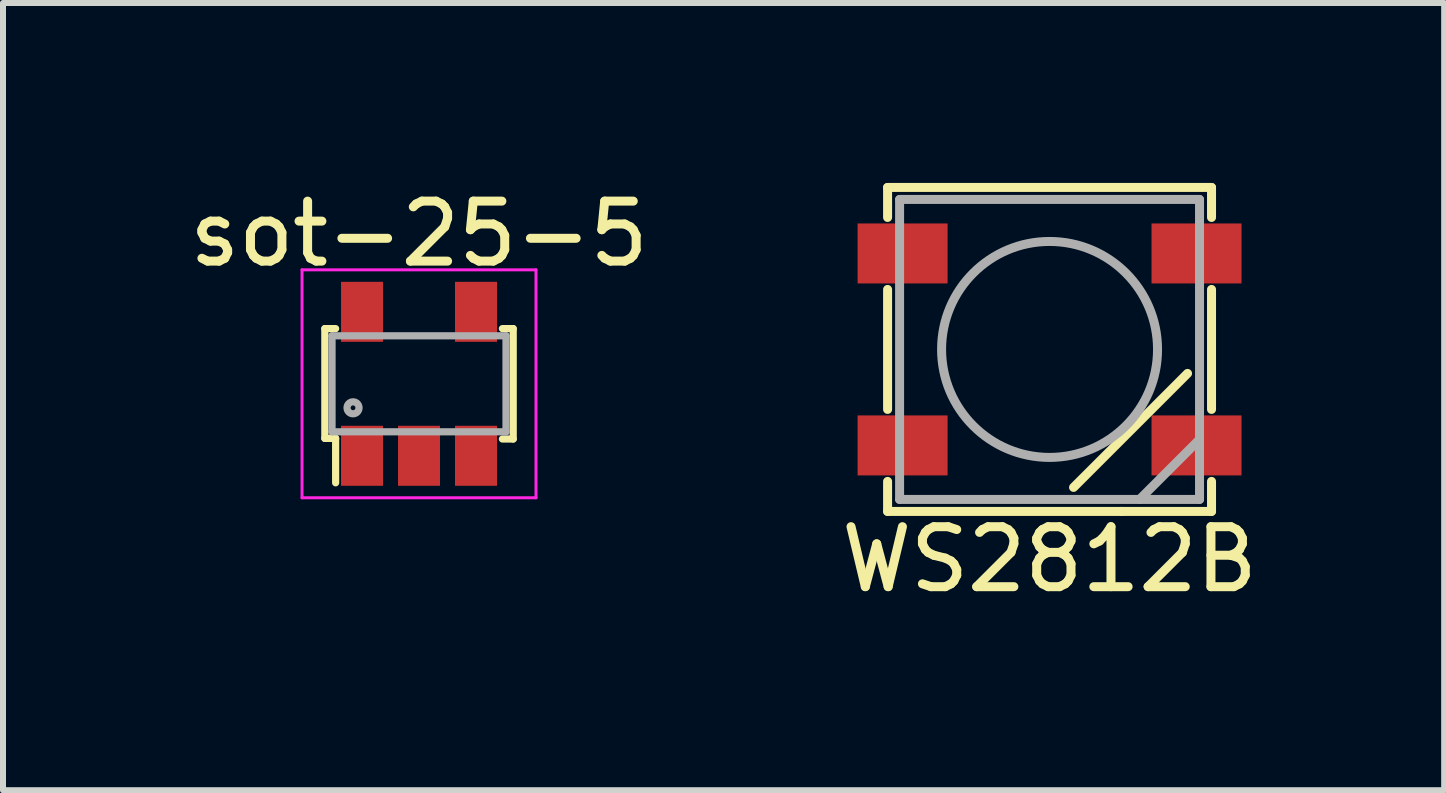
<source format=kicad_pcb>
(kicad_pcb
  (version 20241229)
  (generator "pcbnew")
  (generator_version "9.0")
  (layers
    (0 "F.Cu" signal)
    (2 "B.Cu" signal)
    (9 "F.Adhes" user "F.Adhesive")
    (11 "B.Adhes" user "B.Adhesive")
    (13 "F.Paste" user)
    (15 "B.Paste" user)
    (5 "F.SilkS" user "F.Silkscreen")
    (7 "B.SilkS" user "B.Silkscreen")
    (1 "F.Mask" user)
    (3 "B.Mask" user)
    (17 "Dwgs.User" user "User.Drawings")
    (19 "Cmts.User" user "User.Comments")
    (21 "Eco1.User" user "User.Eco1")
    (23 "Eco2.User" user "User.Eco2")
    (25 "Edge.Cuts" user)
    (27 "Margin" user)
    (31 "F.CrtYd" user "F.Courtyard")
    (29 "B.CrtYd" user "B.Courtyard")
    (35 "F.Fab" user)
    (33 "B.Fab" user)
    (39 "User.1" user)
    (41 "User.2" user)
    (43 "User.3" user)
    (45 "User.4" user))
  (footprint "sot-25-5"
    (layer "F.Cu")
    (at 3.935 3.348)
    (property "Reference" "sot-25-5" (at 0 -2.5 0) (layer "F.SilkS") (effects (font (size 1 1) (thickness 0.15))))
    (attr through_hole)
    (fp_line (start -1.57 -0.92) (end -1.57 0.91) (stroke (width 0.12) (type solid)) (layer "F.SilkS"))
    (fp_line (start -1.57 0.91) (end -1.39 0.91) (stroke (width 0.12) (type solid)) (layer "F.SilkS"))
    (fp_line (start -1.39 -0.92) (end -1.57 -0.92) (stroke (width 0.12) (type solid)) (layer "F.SilkS"))
    (fp_line (start -1.39 0.91) (end -1.39 1.65) (stroke (width 0.12) (type solid)) (layer "F.SilkS"))
    (fp_line (start 1.39 -0.92) (end 1.57 -0.92) (stroke (width 0.12) (type solid)) (layer "F.SilkS"))
    (fp_line (start 1.57 -0.92) (end 1.57 0.92) (stroke (width 0.12) (type solid)) (layer "F.SilkS"))
    (fp_line (start 1.57 0.92) (end 1.39 0.92) (stroke (width 0.12) (type solid)) (layer "F.SilkS"))
    (fp_line (start -1.95 -1.9) (end 1.95 -1.9) (stroke (width 0.05) (type solid)) (layer "F.CrtYd"))
    (fp_line (start -1.95 1.9) (end -1.95 -1.9) (stroke (width 0.05) (type solid)) (layer "F.CrtYd"))
    (fp_line (start 1.95 -1.9) (end 1.95 1.9) (stroke (width 0.05) (type solid)) (layer "F.CrtYd"))
    (fp_line (start 1.95 1.9) (end -1.95 1.9) (stroke (width 0.05) (type solid)) (layer "F.CrtYd"))
    (fp_line (start -1.45 -0.8) (end 1.45 -0.8) (stroke (width 0.12) (type solid)) (layer "F.Fab"))
    (fp_line (start -1.45 0.8) (end -1.45 -0.8) (stroke (width 0.12) (type solid)) (layer "F.Fab"))
    (fp_line (start 1.45 -0.8) (end 1.45 0.8) (stroke (width 0.12) (type solid)) (layer "F.Fab"))
    (fp_line (start 1.45 0.8) (end -1.45 0.8) (stroke (width 0.12) (type solid)) (layer "F.Fab"))
    (fp_circle (center -1.1 0.4) (end -1 0.4) (stroke (width 0.12) (type solid)) (fill no) (layer "F.Fab"))
    (pad "1" smd rect (at -0.95 1.2) (size 0.7 1) (layers "F.Cu" "F.Mask" "F.Paste"))
    (pad "2" smd rect (at 0 1.2) (size 0.7 1) (layers "F.Cu" "F.Mask" "F.Paste"))
    (pad "3" smd rect (at 0.95 1.2) (size 0.7 1) (layers "F.Cu" "F.Mask" "F.Paste"))
    (pad "4" smd rect (at 0.95 -1.2) (size 0.7 1) (layers "F.Cu" "F.Mask" "F.Paste"))
    (pad "5" smd rect (at -0.95 -1.2) (size 0.7 1) (layers "F.Cu" "F.Mask" "F.Paste")))
  (footprint "WS2812B"
    (layer "F.Cu")
    (at 14.446 2.775)
    (property "Reference" "WS2812B" (at 0 3.5 0) (layer "F.SilkS") (effects (font (size 1 1) (thickness 0.15))))
    (attr through_hole)
    (fp_line (start -2.7 -2.7) (end 2.7 -2.7) (stroke (width 0.15) (type solid)) (layer "F.SilkS"))
    (fp_line (start -2.7 -2.2) (end -2.7 -2.7) (stroke (width 0.15) (type solid)) (layer "F.SilkS"))
    (fp_line (start -2.7 -1) (end -2.7 1) (stroke (width 0.15) (type solid)) (layer "F.SilkS"))
    (fp_line (start -2.7 2.2) (end -2.7 2.7) (stroke (width 0.15) (type solid)) (layer "F.SilkS"))
    (fp_line (start -2.7 2.7) (end 1.2 2.7) (stroke (width 0.15) (type solid)) (layer "F.SilkS"))
    (fp_line (start 0.4 2.3) (end 2.3 0.4) (stroke (width 0.15) (type solid)) (layer "F.SilkS"))
    (fp_line (start 1.2 2.7) (end 2.7 2.7) (stroke (width 0.15) (type solid)) (layer "F.SilkS"))
    (fp_line (start 2.7 -2.7) (end 2.7 -2.2) (stroke (width 0.15) (type solid)) (layer "F.SilkS"))
    (fp_line (start 2.7 1) (end 2.7 -1) (stroke (width 0.15) (type solid)) (layer "F.SilkS"))
    (fp_line (start 2.7 2.7) (end 2.7 2.2) (stroke (width 0.15) (type solid)) (layer "F.SilkS"))
    (fp_line (start -2.5 -2.5) (end 2.5 -2.5) (stroke (width 0.15) (type solid)) (layer "F.Fab"))
    (fp_line (start -2.5 2.5) (end -2.5 -2.5) (stroke (width 0.15) (type solid)) (layer "F.Fab"))
    (fp_line (start 1.5 2.5) (end 2.5 1.5) (stroke (width 0.15) (type solid)) (layer "F.Fab"))
    (fp_line (start 2.5 -2.5) (end 2.5 2.5) (stroke (width 0.15) (type solid)) (layer "F.Fab"))
    (fp_line (start 2.5 2.5) (end -2.5 2.5) (stroke (width 0.15) (type solid)) (layer "F.Fab"))
    (fp_circle (center 0 0) (end 1.8 0) (stroke (width 0.15) (type solid)) (fill no) (layer "F.Fab"))
    (pad "1" smd rect (at -2.45 -1.6) (size 1.5 1) (layers "F.Cu" "F.Mask" "F.Paste"))
    (pad "2" smd rect (at -2.45 1.6) (size 1.5 1) (layers "F.Cu" "F.Mask" "F.Paste"))
    (pad "3" smd rect (at 2.45 1.6) (size 1.5 1) (layers "F.Cu" "F.Mask" "F.Paste"))
    (pad "4" smd rect (at 2.45 -1.6) (size 1.5 1) (layers "F.Cu" "F.Mask" "F.Paste")))
  (gr_rect
    (start -3 -3)
    (end 21.024 10.123)
    (stroke (width 0.1) (type default))
    (fill no)
    (layer "Edge.Cuts")))
</source>
